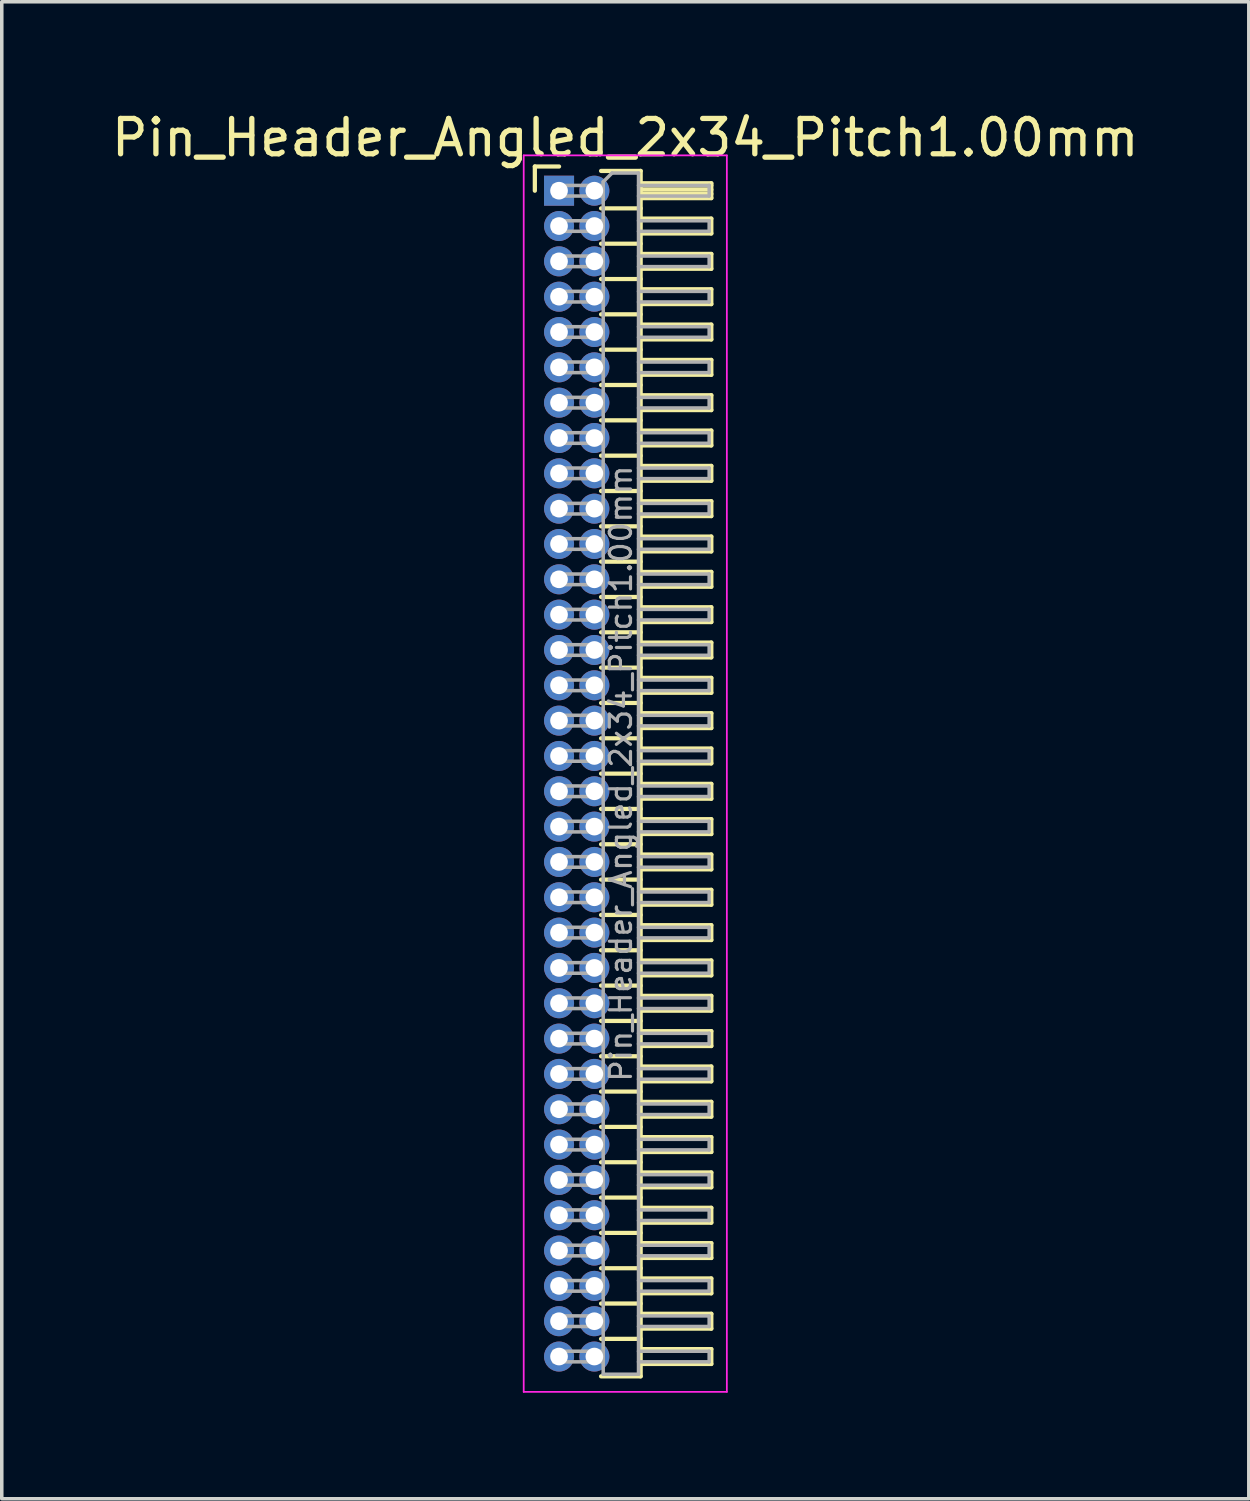
<source format=kicad_pcb>
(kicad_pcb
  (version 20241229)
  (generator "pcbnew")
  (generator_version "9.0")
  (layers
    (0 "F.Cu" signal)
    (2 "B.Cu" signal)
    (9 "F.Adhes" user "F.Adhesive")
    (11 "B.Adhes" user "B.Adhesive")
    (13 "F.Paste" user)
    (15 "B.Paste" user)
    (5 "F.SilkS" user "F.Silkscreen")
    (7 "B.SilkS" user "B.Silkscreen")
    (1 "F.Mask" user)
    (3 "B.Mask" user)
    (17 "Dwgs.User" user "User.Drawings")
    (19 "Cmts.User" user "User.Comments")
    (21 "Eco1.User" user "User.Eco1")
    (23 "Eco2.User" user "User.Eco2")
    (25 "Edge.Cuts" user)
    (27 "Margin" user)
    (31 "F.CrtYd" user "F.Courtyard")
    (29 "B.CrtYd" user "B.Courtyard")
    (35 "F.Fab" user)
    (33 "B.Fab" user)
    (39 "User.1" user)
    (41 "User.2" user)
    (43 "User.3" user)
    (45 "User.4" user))
  (footprint "Pin_Header_Angled_2x34_Pitch1.00mm"
    (layer "F.Cu")
    (at 12.774 2.348)
    (property "Reference" "Pin_Header_Angled_2x34_Pitch1.00mm" (at 1.875 -1.5 0) (layer "F.SilkS") (effects (font (size 1 1) (thickness 0.15))))
    (attr through_hole)
    (fp_line (start -0.685 -0.685) (end 0 -0.685) (stroke (width 0.12) (type solid)) (layer "F.SilkS"))
    (fp_line (start -0.685 0) (end -0.685 -0.685) (stroke (width 0.12) (type solid)) (layer "F.SilkS"))
    (fp_line (start 1.19 -0.56) (end 2.31 -0.56) (stroke (width 0.12) (type solid)) (layer "F.SilkS"))
    (fp_line (start 1.19 0.5) (end 2.31 0.5) (stroke (width 0.12) (type solid)) (layer "F.SilkS"))
    (fp_line (start 1.19 1.5) (end 2.31 1.5) (stroke (width 0.12) (type solid)) (layer "F.SilkS"))
    (fp_line (start 1.19 2.5) (end 2.31 2.5) (stroke (width 0.12) (type solid)) (layer "F.SilkS"))
    (fp_line (start 1.19 3.5) (end 2.31 3.5) (stroke (width 0.12) (type solid)) (layer "F.SilkS"))
    (fp_line (start 1.19 4.5) (end 2.31 4.5) (stroke (width 0.12) (type solid)) (layer "F.SilkS"))
    (fp_line (start 1.19 5.5) (end 2.31 5.5) (stroke (width 0.12) (type solid)) (layer "F.SilkS"))
    (fp_line (start 1.19 6.5) (end 2.31 6.5) (stroke (width 0.12) (type solid)) (layer "F.SilkS"))
    (fp_line (start 1.19 7.5) (end 2.31 7.5) (stroke (width 0.12) (type solid)) (layer "F.SilkS"))
    (fp_line (start 1.19 8.5) (end 2.31 8.5) (stroke (width 0.12) (type solid)) (layer "F.SilkS"))
    (fp_line (start 1.19 9.5) (end 2.31 9.5) (stroke (width 0.12) (type solid)) (layer "F.SilkS"))
    (fp_line (start 1.19 10.5) (end 2.31 10.5) (stroke (width 0.12) (type solid)) (layer "F.SilkS"))
    (fp_line (start 1.19 11.5) (end 2.31 11.5) (stroke (width 0.12) (type solid)) (layer "F.SilkS"))
    (fp_line (start 1.19 12.5) (end 2.31 12.5) (stroke (width 0.12) (type solid)) (layer "F.SilkS"))
    (fp_line (start 1.19 13.5) (end 2.31 13.5) (stroke (width 0.12) (type solid)) (layer "F.SilkS"))
    (fp_line (start 1.19 14.5) (end 2.31 14.5) (stroke (width 0.12) (type solid)) (layer "F.SilkS"))
    (fp_line (start 1.19 15.5) (end 2.31 15.5) (stroke (width 0.12) (type solid)) (layer "F.SilkS"))
    (fp_line (start 1.19 16.5) (end 2.31 16.5) (stroke (width 0.12) (type solid)) (layer "F.SilkS"))
    (fp_line (start 1.19 17.5) (end 2.31 17.5) (stroke (width 0.12) (type solid)) (layer "F.SilkS"))
    (fp_line (start 1.19 18.5) (end 2.31 18.5) (stroke (width 0.12) (type solid)) (layer "F.SilkS"))
    (fp_line (start 1.19 19.5) (end 2.31 19.5) (stroke (width 0.12) (type solid)) (layer "F.SilkS"))
    (fp_line (start 1.19 20.5) (end 2.31 20.5) (stroke (width 0.12) (type solid)) (layer "F.SilkS"))
    (fp_line (start 1.19 21.5) (end 2.31 21.5) (stroke (width 0.12) (type solid)) (layer "F.SilkS"))
    (fp_line (start 1.19 22.5) (end 2.31 22.5) (stroke (width 0.12) (type solid)) (layer "F.SilkS"))
    (fp_line (start 1.19 23.5) (end 2.31 23.5) (stroke (width 0.12) (type solid)) (layer "F.SilkS"))
    (fp_line (start 1.19 24.5) (end 2.31 24.5) (stroke (width 0.12) (type solid)) (layer "F.SilkS"))
    (fp_line (start 1.19 25.5) (end 2.31 25.5) (stroke (width 0.12) (type solid)) (layer "F.SilkS"))
    (fp_line (start 1.19 26.5) (end 2.31 26.5) (stroke (width 0.12) (type solid)) (layer "F.SilkS"))
    (fp_line (start 1.19 27.5) (end 2.31 27.5) (stroke (width 0.12) (type solid)) (layer "F.SilkS"))
    (fp_line (start 1.19 28.5) (end 2.31 28.5) (stroke (width 0.12) (type solid)) (layer "F.SilkS"))
    (fp_line (start 1.19 29.5) (end 2.31 29.5) (stroke (width 0.12) (type solid)) (layer "F.SilkS"))
    (fp_line (start 1.19 30.5) (end 2.31 30.5) (stroke (width 0.12) (type solid)) (layer "F.SilkS"))
    (fp_line (start 1.19 31.5) (end 2.31 31.5) (stroke (width 0.12) (type solid)) (layer "F.SilkS"))
    (fp_line (start 1.19 32.5) (end 2.31 32.5) (stroke (width 0.12) (type solid)) (layer "F.SilkS"))
    (fp_line (start 2.31 -0.56) (end 2.31 33.56) (stroke (width 0.12) (type solid)) (layer "F.SilkS"))
    (fp_line (start 2.31 -0.21) (end 4.31 -0.21) (stroke (width 0.12) (type solid)) (layer "F.SilkS"))
    (fp_line (start 2.31 -0.15) (end 4.31 -0.15) (stroke (width 0.12) (type solid)) (layer "F.SilkS"))
    (fp_line (start 2.31 -0.03) (end 4.31 -0.03) (stroke (width 0.12) (type solid)) (layer "F.SilkS"))
    (fp_line (start 2.31 0.09) (end 4.31 0.09) (stroke (width 0.12) (type solid)) (layer "F.SilkS"))
    (fp_line (start 2.31 0.79) (end 4.31 0.79) (stroke (width 0.12) (type solid)) (layer "F.SilkS"))
    (fp_line (start 2.31 1.79) (end 4.31 1.79) (stroke (width 0.12) (type solid)) (layer "F.SilkS"))
    (fp_line (start 2.31 2.79) (end 4.31 2.79) (stroke (width 0.12) (type solid)) (layer "F.SilkS"))
    (fp_line (start 2.31 3.79) (end 4.31 3.79) (stroke (width 0.12) (type solid)) (layer "F.SilkS"))
    (fp_line (start 2.31 4.79) (end 4.31 4.79) (stroke (width 0.12) (type solid)) (layer "F.SilkS"))
    (fp_line (start 2.31 5.79) (end 4.31 5.79) (stroke (width 0.12) (type solid)) (layer "F.SilkS"))
    (fp_line (start 2.31 6.79) (end 4.31 6.79) (stroke (width 0.12) (type solid)) (layer "F.SilkS"))
    (fp_line (start 2.31 7.79) (end 4.31 7.79) (stroke (width 0.12) (type solid)) (layer "F.SilkS"))
    (fp_line (start 2.31 8.79) (end 4.31 8.79) (stroke (width 0.12) (type solid)) (layer "F.SilkS"))
    (fp_line (start 2.31 9.79) (end 4.31 9.79) (stroke (width 0.12) (type solid)) (layer "F.SilkS"))
    (fp_line (start 2.31 10.79) (end 4.31 10.79) (stroke (width 0.12) (type solid)) (layer "F.SilkS"))
    (fp_line (start 2.31 11.79) (end 4.31 11.79) (stroke (width 0.12) (type solid)) (layer "F.SilkS"))
    (fp_line (start 2.31 12.79) (end 4.31 12.79) (stroke (width 0.12) (type solid)) (layer "F.SilkS"))
    (fp_line (start 2.31 13.79) (end 4.31 13.79) (stroke (width 0.12) (type solid)) (layer "F.SilkS"))
    (fp_line (start 2.31 14.79) (end 4.31 14.79) (stroke (width 0.12) (type solid)) (layer "F.SilkS"))
    (fp_line (start 2.31 15.79) (end 4.31 15.79) (stroke (width 0.12) (type solid)) (layer "F.SilkS"))
    (fp_line (start 2.31 16.79) (end 4.31 16.79) (stroke (width 0.12) (type solid)) (layer "F.SilkS"))
    (fp_line (start 2.31 17.79) (end 4.31 17.79) (stroke (width 0.12) (type solid)) (layer "F.SilkS"))
    (fp_line (start 2.31 18.79) (end 4.31 18.79) (stroke (width 0.12) (type solid)) (layer "F.SilkS"))
    (fp_line (start 2.31 19.79) (end 4.31 19.79) (stroke (width 0.12) (type solid)) (layer "F.SilkS"))
    (fp_line (start 2.31 20.79) (end 4.31 20.79) (stroke (width 0.12) (type solid)) (layer "F.SilkS"))
    (fp_line (start 2.31 21.79) (end 4.31 21.79) (stroke (width 0.12) (type solid)) (layer "F.SilkS"))
    (fp_line (start 2.31 22.79) (end 4.31 22.79) (stroke (width 0.12) (type solid)) (layer "F.SilkS"))
    (fp_line (start 2.31 23.79) (end 4.31 23.79) (stroke (width 0.12) (type solid)) (layer "F.SilkS"))
    (fp_line (start 2.31 24.79) (end 4.31 24.79) (stroke (width 0.12) (type solid)) (layer "F.SilkS"))
    (fp_line (start 2.31 25.79) (end 4.31 25.79) (stroke (width 0.12) (type solid)) (layer "F.SilkS"))
    (fp_line (start 2.31 26.79) (end 4.31 26.79) (stroke (width 0.12) (type solid)) (layer "F.SilkS"))
    (fp_line (start 2.31 27.79) (end 4.31 27.79) (stroke (width 0.12) (type solid)) (layer "F.SilkS"))
    (fp_line (start 2.31 28.79) (end 4.31 28.79) (stroke (width 0.12) (type solid)) (layer "F.SilkS"))
    (fp_line (start 2.31 29.79) (end 4.31 29.79) (stroke (width 0.12) (type solid)) (layer "F.SilkS"))
    (fp_line (start 2.31 30.79) (end 4.31 30.79) (stroke (width 0.12) (type solid)) (layer "F.SilkS"))
    (fp_line (start 2.31 31.79) (end 4.31 31.79) (stroke (width 0.12) (type solid)) (layer "F.SilkS"))
    (fp_line (start 2.31 32.79) (end 4.31 32.79) (stroke (width 0.12) (type solid)) (layer "F.SilkS"))
    (fp_line (start 2.31 33.56) (end 1.19 33.56) (stroke (width 0.12) (type solid)) (layer "F.SilkS"))
    (fp_line (start 4.31 -0.21) (end 4.31 0.21) (stroke (width 0.12) (type solid)) (layer "F.SilkS"))
    (fp_line (start 4.31 0.21) (end 2.31 0.21) (stroke (width 0.12) (type solid)) (layer "F.SilkS"))
    (fp_line (start 4.31 0.79) (end 4.31 1.21) (stroke (width 0.12) (type solid)) (layer "F.SilkS"))
    (fp_line (start 4.31 1.21) (end 2.31 1.21) (stroke (width 0.12) (type solid)) (layer "F.SilkS"))
    (fp_line (start 4.31 1.79) (end 4.31 2.21) (stroke (width 0.12) (type solid)) (layer "F.SilkS"))
    (fp_line (start 4.31 2.21) (end 2.31 2.21) (stroke (width 0.12) (type solid)) (layer "F.SilkS"))
    (fp_line (start 4.31 2.79) (end 4.31 3.21) (stroke (width 0.12) (type solid)) (layer "F.SilkS"))
    (fp_line (start 4.31 3.21) (end 2.31 3.21) (stroke (width 0.12) (type solid)) (layer "F.SilkS"))
    (fp_line (start 4.31 3.79) (end 4.31 4.21) (stroke (width 0.12) (type solid)) (layer "F.SilkS"))
    (fp_line (start 4.31 4.21) (end 2.31 4.21) (stroke (width 0.12) (type solid)) (layer "F.SilkS"))
    (fp_line (start 4.31 4.79) (end 4.31 5.21) (stroke (width 0.12) (type solid)) (layer "F.SilkS"))
    (fp_line (start 4.31 5.21) (end 2.31 5.21) (stroke (width 0.12) (type solid)) (layer "F.SilkS"))
    (fp_line (start 4.31 5.79) (end 4.31 6.21) (stroke (width 0.12) (type solid)) (layer "F.SilkS"))
    (fp_line (start 4.31 6.21) (end 2.31 6.21) (stroke (width 0.12) (type solid)) (layer "F.SilkS"))
    (fp_line (start 4.31 6.79) (end 4.31 7.21) (stroke (width 0.12) (type solid)) (layer "F.SilkS"))
    (fp_line (start 4.31 7.21) (end 2.31 7.21) (stroke (width 0.12) (type solid)) (layer "F.SilkS"))
    (fp_line (start 4.31 7.79) (end 4.31 8.21) (stroke (width 0.12) (type solid)) (layer "F.SilkS"))
    (fp_line (start 4.31 8.21) (end 2.31 8.21) (stroke (width 0.12) (type solid)) (layer "F.SilkS"))
    (fp_line (start 4.31 8.79) (end 4.31 9.21) (stroke (width 0.12) (type solid)) (layer "F.SilkS"))
    (fp_line (start 4.31 9.21) (end 2.31 9.21) (stroke (width 0.12) (type solid)) (layer "F.SilkS"))
    (fp_line (start 4.31 9.79) (end 4.31 10.21) (stroke (width 0.12) (type solid)) (layer "F.SilkS"))
    (fp_line (start 4.31 10.21) (end 2.31 10.21) (stroke (width 0.12) (type solid)) (layer "F.SilkS"))
    (fp_line (start 4.31 10.79) (end 4.31 11.21) (stroke (width 0.12) (type solid)) (layer "F.SilkS"))
    (fp_line (start 4.31 11.21) (end 2.31 11.21) (stroke (width 0.12) (type solid)) (layer "F.SilkS"))
    (fp_line (start 4.31 11.79) (end 4.31 12.21) (stroke (width 0.12) (type solid)) (layer "F.SilkS"))
    (fp_line (start 4.31 12.21) (end 2.31 12.21) (stroke (width 0.12) (type solid)) (layer "F.SilkS"))
    (fp_line (start 4.31 12.79) (end 4.31 13.21) (stroke (width 0.12) (type solid)) (layer "F.SilkS"))
    (fp_line (start 4.31 13.21) (end 2.31 13.21) (stroke (width 0.12) (type solid)) (layer "F.SilkS"))
    (fp_line (start 4.31 13.79) (end 4.31 14.21) (stroke (width 0.12) (type solid)) (layer "F.SilkS"))
    (fp_line (start 4.31 14.21) (end 2.31 14.21) (stroke (width 0.12) (type solid)) (layer "F.SilkS"))
    (fp_line (start 4.31 14.79) (end 4.31 15.21) (stroke (width 0.12) (type solid)) (layer "F.SilkS"))
    (fp_line (start 4.31 15.21) (end 2.31 15.21) (stroke (width 0.12) (type solid)) (layer "F.SilkS"))
    (fp_line (start 4.31 15.79) (end 4.31 16.21) (stroke (width 0.12) (type solid)) (layer "F.SilkS"))
    (fp_line (start 4.31 16.21) (end 2.31 16.21) (stroke (width 0.12) (type solid)) (layer "F.SilkS"))
    (fp_line (start 4.31 16.79) (end 4.31 17.21) (stroke (width 0.12) (type solid)) (layer "F.SilkS"))
    (fp_line (start 4.31 17.21) (end 2.31 17.21) (stroke (width 0.12) (type solid)) (layer "F.SilkS"))
    (fp_line (start 4.31 17.79) (end 4.31 18.21) (stroke (width 0.12) (type solid)) (layer "F.SilkS"))
    (fp_line (start 4.31 18.21) (end 2.31 18.21) (stroke (width 0.12) (type solid)) (layer "F.SilkS"))
    (fp_line (start 4.31 18.79) (end 4.31 19.21) (stroke (width 0.12) (type solid)) (layer "F.SilkS"))
    (fp_line (start 4.31 19.21) (end 2.31 19.21) (stroke (width 0.12) (type solid)) (layer "F.SilkS"))
    (fp_line (start 4.31 19.79) (end 4.31 20.21) (stroke (width 0.12) (type solid)) (layer "F.SilkS"))
    (fp_line (start 4.31 20.21) (end 2.31 20.21) (stroke (width 0.12) (type solid)) (layer "F.SilkS"))
    (fp_line (start 4.31 20.79) (end 4.31 21.21) (stroke (width 0.12) (type solid)) (layer "F.SilkS"))
    (fp_line (start 4.31 21.21) (end 2.31 21.21) (stroke (width 0.12) (type solid)) (layer "F.SilkS"))
    (fp_line (start 4.31 21.79) (end 4.31 22.21) (stroke (width 0.12) (type solid)) (layer "F.SilkS"))
    (fp_line (start 4.31 22.21) (end 2.31 22.21) (stroke (width 0.12) (type solid)) (layer "F.SilkS"))
    (fp_line (start 4.31 22.79) (end 4.31 23.21) (stroke (width 0.12) (type solid)) (layer "F.SilkS"))
    (fp_line (start 4.31 23.21) (end 2.31 23.21) (stroke (width 0.12) (type solid)) (layer "F.SilkS"))
    (fp_line (start 4.31 23.79) (end 4.31 24.21) (stroke (width 0.12) (type solid)) (layer "F.SilkS"))
    (fp_line (start 4.31 24.21) (end 2.31 24.21) (stroke (width 0.12) (type solid)) (layer "F.SilkS"))
    (fp_line (start 4.31 24.79) (end 4.31 25.21) (stroke (width 0.12) (type solid)) (layer "F.SilkS"))
    (fp_line (start 4.31 25.21) (end 2.31 25.21) (stroke (width 0.12) (type solid)) (layer "F.SilkS"))
    (fp_line (start 4.31 25.79) (end 4.31 26.21) (stroke (width 0.12) (type solid)) (layer "F.SilkS"))
    (fp_line (start 4.31 26.21) (end 2.31 26.21) (stroke (width 0.12) (type solid)) (layer "F.SilkS"))
    (fp_line (start 4.31 26.79) (end 4.31 27.21) (stroke (width 0.12) (type solid)) (layer "F.SilkS"))
    (fp_line (start 4.31 27.21) (end 2.31 27.21) (stroke (width 0.12) (type solid)) (layer "F.SilkS"))
    (fp_line (start 4.31 27.79) (end 4.31 28.21) (stroke (width 0.12) (type solid)) (layer "F.SilkS"))
    (fp_line (start 4.31 28.21) (end 2.31 28.21) (stroke (width 0.12) (type solid)) (layer "F.SilkS"))
    (fp_line (start 4.31 28.79) (end 4.31 29.21) (stroke (width 0.12) (type solid)) (layer "F.SilkS"))
    (fp_line (start 4.31 29.21) (end 2.31 29.21) (stroke (width 0.12) (type solid)) (layer "F.SilkS"))
    (fp_line (start 4.31 29.79) (end 4.31 30.21) (stroke (width 0.12) (type solid)) (layer "F.SilkS"))
    (fp_line (start 4.31 30.21) (end 2.31 30.21) (stroke (width 0.12) (type solid)) (layer "F.SilkS"))
    (fp_line (start 4.31 30.79) (end 4.31 31.21) (stroke (width 0.12) (type solid)) (layer "F.SilkS"))
    (fp_line (start 4.31 31.21) (end 2.31 31.21) (stroke (width 0.12) (type solid)) (layer "F.SilkS"))
    (fp_line (start 4.31 31.79) (end 4.31 32.21) (stroke (width 0.12) (type solid)) (layer "F.SilkS"))
    (fp_line (start 4.31 32.21) (end 2.31 32.21) (stroke (width 0.12) (type solid)) (layer "F.SilkS"))
    (fp_line (start 4.31 32.79) (end 4.31 33.21) (stroke (width 0.12) (type solid)) (layer "F.SilkS"))
    (fp_line (start 4.31 33.21) (end 2.31 33.21) (stroke (width 0.12) (type solid)) (layer "F.SilkS"))
    (fp_line (start -1 -1) (end -1 34) (stroke (width 0.05) (type solid)) (layer "F.CrtYd"))
    (fp_line (start -1 34) (end 4.75 34) (stroke (width 0.05) (type solid)) (layer "F.CrtYd"))
    (fp_line (start 4.75 -1) (end -1 -1) (stroke (width 0.05) (type solid)) (layer "F.CrtYd"))
    (fp_line (start 4.75 34) (end 4.75 -1) (stroke (width 0.05) (type solid)) (layer "F.CrtYd"))
    (fp_line (start -0.15 -0.15) (end -0.15 0.15) (stroke (width 0.1) (type solid)) (layer "F.Fab"))
    (fp_line (start -0.15 -0.15) (end 1.25 -0.15) (stroke (width 0.1) (type solid)) (layer "F.Fab"))
    (fp_line (start -0.15 0.15) (end 1.25 0.15) (stroke (width 0.1) (type solid)) (layer "F.Fab"))
    (fp_line (start -0.15 0.85) (end -0.15 1.15) (stroke (width 0.1) (type solid)) (layer "F.Fab"))
    (fp_line (start -0.15 0.85) (end 1.25 0.85) (stroke (width 0.1) (type solid)) (layer "F.Fab"))
    (fp_line (start -0.15 1.15) (end 1.25 1.15) (stroke (width 0.1) (type solid)) (layer "F.Fab"))
    (fp_line (start -0.15 1.85) (end -0.15 2.15) (stroke (width 0.1) (type solid)) (layer "F.Fab"))
    (fp_line (start -0.15 1.85) (end 1.25 1.85) (stroke (width 0.1) (type solid)) (layer "F.Fab"))
    (fp_line (start -0.15 2.15) (end 1.25 2.15) (stroke (width 0.1) (type solid)) (layer "F.Fab"))
    (fp_line (start -0.15 2.85) (end -0.15 3.15) (stroke (width 0.1) (type solid)) (layer "F.Fab"))
    (fp_line (start -0.15 2.85) (end 1.25 2.85) (stroke (width 0.1) (type solid)) (layer "F.Fab"))
    (fp_line (start -0.15 3.15) (end 1.25 3.15) (stroke (width 0.1) (type solid)) (layer "F.Fab"))
    (fp_line (start -0.15 3.85) (end -0.15 4.15) (stroke (width 0.1) (type solid)) (layer "F.Fab"))
    (fp_line (start -0.15 3.85) (end 1.25 3.85) (stroke (width 0.1) (type solid)) (layer "F.Fab"))
    (fp_line (start -0.15 4.15) (end 1.25 4.15) (stroke (width 0.1) (type solid)) (layer "F.Fab"))
    (fp_line (start -0.15 4.85) (end -0.15 5.15) (stroke (width 0.1) (type solid)) (layer "F.Fab"))
    (fp_line (start -0.15 4.85) (end 1.25 4.85) (stroke (width 0.1) (type solid)) (layer "F.Fab"))
    (fp_line (start -0.15 5.15) (end 1.25 5.15) (stroke (width 0.1) (type solid)) (layer "F.Fab"))
    (fp_line (start -0.15 5.85) (end -0.15 6.15) (stroke (width 0.1) (type solid)) (layer "F.Fab"))
    (fp_line (start -0.15 5.85) (end 1.25 5.85) (stroke (width 0.1) (type solid)) (layer "F.Fab"))
    (fp_line (start -0.15 6.15) (end 1.25 6.15) (stroke (width 0.1) (type solid)) (layer "F.Fab"))
    (fp_line (start -0.15 6.85) (end -0.15 7.15) (stroke (width 0.1) (type solid)) (layer "F.Fab"))
    (fp_line (start -0.15 6.85) (end 1.25 6.85) (stroke (width 0.1) (type solid)) (layer "F.Fab"))
    (fp_line (start -0.15 7.15) (end 1.25 7.15) (stroke (width 0.1) (type solid)) (layer "F.Fab"))
    (fp_line (start -0.15 7.85) (end -0.15 8.15) (stroke (width 0.1) (type solid)) (layer "F.Fab"))
    (fp_line (start -0.15 7.85) (end 1.25 7.85) (stroke (width 0.1) (type solid)) (layer "F.Fab"))
    (fp_line (start -0.15 8.15) (end 1.25 8.15) (stroke (width 0.1) (type solid)) (layer "F.Fab"))
    (fp_line (start -0.15 8.85) (end -0.15 9.15) (stroke (width 0.1) (type solid)) (layer "F.Fab"))
    (fp_line (start -0.15 8.85) (end 1.25 8.85) (stroke (width 0.1) (type solid)) (layer "F.Fab"))
    (fp_line (start -0.15 9.15) (end 1.25 9.15) (stroke (width 0.1) (type solid)) (layer "F.Fab"))
    (fp_line (start -0.15 9.85) (end -0.15 10.15) (stroke (width 0.1) (type solid)) (layer "F.Fab"))
    (fp_line (start -0.15 9.85) (end 1.25 9.85) (stroke (width 0.1) (type solid)) (layer "F.Fab"))
    (fp_line (start -0.15 10.15) (end 1.25 10.15) (stroke (width 0.1) (type solid)) (layer "F.Fab"))
    (fp_line (start -0.15 10.85) (end -0.15 11.15) (stroke (width 0.1) (type solid)) (layer "F.Fab"))
    (fp_line (start -0.15 10.85) (end 1.25 10.85) (stroke (width 0.1) (type solid)) (layer "F.Fab"))
    (fp_line (start -0.15 11.15) (end 1.25 11.15) (stroke (width 0.1) (type solid)) (layer "F.Fab"))
    (fp_line (start -0.15 11.85) (end -0.15 12.15) (stroke (width 0.1) (type solid)) (layer "F.Fab"))
    (fp_line (start -0.15 11.85) (end 1.25 11.85) (stroke (width 0.1) (type solid)) (layer "F.Fab"))
    (fp_line (start -0.15 12.15) (end 1.25 12.15) (stroke (width 0.1) (type solid)) (layer "F.Fab"))
    (fp_line (start -0.15 12.85) (end -0.15 13.15) (stroke (width 0.1) (type solid)) (layer "F.Fab"))
    (fp_line (start -0.15 12.85) (end 1.25 12.85) (stroke (width 0.1) (type solid)) (layer "F.Fab"))
    (fp_line (start -0.15 13.15) (end 1.25 13.15) (stroke (width 0.1) (type solid)) (layer "F.Fab"))
    (fp_line (start -0.15 13.85) (end -0.15 14.15) (stroke (width 0.1) (type solid)) (layer "F.Fab"))
    (fp_line (start -0.15 13.85) (end 1.25 13.85) (stroke (width 0.1) (type solid)) (layer "F.Fab"))
    (fp_line (start -0.15 14.15) (end 1.25 14.15) (stroke (width 0.1) (type solid)) (layer "F.Fab"))
    (fp_line (start -0.15 14.85) (end -0.15 15.15) (stroke (width 0.1) (type solid)) (layer "F.Fab"))
    (fp_line (start -0.15 14.85) (end 1.25 14.85) (stroke (width 0.1) (type solid)) (layer "F.Fab"))
    (fp_line (start -0.15 15.15) (end 1.25 15.15) (stroke (width 0.1) (type solid)) (layer "F.Fab"))
    (fp_line (start -0.15 15.85) (end -0.15 16.15) (stroke (width 0.1) (type solid)) (layer "F.Fab"))
    (fp_line (start -0.15 15.85) (end 1.25 15.85) (stroke (width 0.1) (type solid)) (layer "F.Fab"))
    (fp_line (start -0.15 16.15) (end 1.25 16.15) (stroke (width 0.1) (type solid)) (layer "F.Fab"))
    (fp_line (start -0.15 16.85) (end -0.15 17.15) (stroke (width 0.1) (type solid)) (layer "F.Fab"))
    (fp_line (start -0.15 16.85) (end 1.25 16.85) (stroke (width 0.1) (type solid)) (layer "F.Fab"))
    (fp_line (start -0.15 17.15) (end 1.25 17.15) (stroke (width 0.1) (type solid)) (layer "F.Fab"))
    (fp_line (start -0.15 17.85) (end -0.15 18.15) (stroke (width 0.1) (type solid)) (layer "F.Fab"))
    (fp_line (start -0.15 17.85) (end 1.25 17.85) (stroke (width 0.1) (type solid)) (layer "F.Fab"))
    (fp_line (start -0.15 18.15) (end 1.25 18.15) (stroke (width 0.1) (type solid)) (layer "F.Fab"))
    (fp_line (start -0.15 18.85) (end -0.15 19.15) (stroke (width 0.1) (type solid)) (layer "F.Fab"))
    (fp_line (start -0.15 18.85) (end 1.25 18.85) (stroke (width 0.1) (type solid)) (layer "F.Fab"))
    (fp_line (start -0.15 19.15) (end 1.25 19.15) (stroke (width 0.1) (type solid)) (layer "F.Fab"))
    (fp_line (start -0.15 19.85) (end -0.15 20.15) (stroke (width 0.1) (type solid)) (layer "F.Fab"))
    (fp_line (start -0.15 19.85) (end 1.25 19.85) (stroke (width 0.1) (type solid)) (layer "F.Fab"))
    (fp_line (start -0.15 20.15) (end 1.25 20.15) (stroke (width 0.1) (type solid)) (layer "F.Fab"))
    (fp_line (start -0.15 20.85) (end -0.15 21.15) (stroke (width 0.1) (type solid)) (layer "F.Fab"))
    (fp_line (start -0.15 20.85) (end 1.25 20.85) (stroke (width 0.1) (type solid)) (layer "F.Fab"))
    (fp_line (start -0.15 21.15) (end 1.25 21.15) (stroke (width 0.1) (type solid)) (layer "F.Fab"))
    (fp_line (start -0.15 21.85) (end -0.15 22.15) (stroke (width 0.1) (type solid)) (layer "F.Fab"))
    (fp_line (start -0.15 21.85) (end 1.25 21.85) (stroke (width 0.1) (type solid)) (layer "F.Fab"))
    (fp_line (start -0.15 22.15) (end 1.25 22.15) (stroke (width 0.1) (type solid)) (layer "F.Fab"))
    (fp_line (start -0.15 22.85) (end -0.15 23.15) (stroke (width 0.1) (type solid)) (layer "F.Fab"))
    (fp_line (start -0.15 22.85) (end 1.25 22.85) (stroke (width 0.1) (type solid)) (layer "F.Fab"))
    (fp_line (start -0.15 23.15) (end 1.25 23.15) (stroke (width 0.1) (type solid)) (layer "F.Fab"))
    (fp_line (start -0.15 23.85) (end -0.15 24.15) (stroke (width 0.1) (type solid)) (layer "F.Fab"))
    (fp_line (start -0.15 23.85) (end 1.25 23.85) (stroke (width 0.1) (type solid)) (layer "F.Fab"))
    (fp_line (start -0.15 24.15) (end 1.25 24.15) (stroke (width 0.1) (type solid)) (layer "F.Fab"))
    (fp_line (start -0.15 24.85) (end -0.15 25.15) (stroke (width 0.1) (type solid)) (layer "F.Fab"))
    (fp_line (start -0.15 24.85) (end 1.25 24.85) (stroke (width 0.1) (type solid)) (layer "F.Fab"))
    (fp_line (start -0.15 25.15) (end 1.25 25.15) (stroke (width 0.1) (type solid)) (layer "F.Fab"))
    (fp_line (start -0.15 25.85) (end -0.15 26.15) (stroke (width 0.1) (type solid)) (layer "F.Fab"))
    (fp_line (start -0.15 25.85) (end 1.25 25.85) (stroke (width 0.1) (type solid)) (layer "F.Fab"))
    (fp_line (start -0.15 26.15) (end 1.25 26.15) (stroke (width 0.1) (type solid)) (layer "F.Fab"))
    (fp_line (start -0.15 26.85) (end -0.15 27.15) (stroke (width 0.1) (type solid)) (layer "F.Fab"))
    (fp_line (start -0.15 26.85) (end 1.25 26.85) (stroke (width 0.1) (type solid)) (layer "F.Fab"))
    (fp_line (start -0.15 27.15) (end 1.25 27.15) (stroke (width 0.1) (type solid)) (layer "F.Fab"))
    (fp_line (start -0.15 27.85) (end -0.15 28.15) (stroke (width 0.1) (type solid)) (layer "F.Fab"))
    (fp_line (start -0.15 27.85) (end 1.25 27.85) (stroke (width 0.1) (type solid)) (layer "F.Fab"))
    (fp_line (start -0.15 28.15) (end 1.25 28.15) (stroke (width 0.1) (type solid)) (layer "F.Fab"))
    (fp_line (start -0.15 28.85) (end -0.15 29.15) (stroke (width 0.1) (type solid)) (layer "F.Fab"))
    (fp_line (start -0.15 28.85) (end 1.25 28.85) (stroke (width 0.1) (type solid)) (layer "F.Fab"))
    (fp_line (start -0.15 29.15) (end 1.25 29.15) (stroke (width 0.1) (type solid)) (layer "F.Fab"))
    (fp_line (start -0.15 29.85) (end -0.15 30.15) (stroke (width 0.1) (type solid)) (layer "F.Fab"))
    (fp_line (start -0.15 29.85) (end 1.25 29.85) (stroke (width 0.1) (type solid)) (layer "F.Fab"))
    (fp_line (start -0.15 30.15) (end 1.25 30.15) (stroke (width 0.1) (type solid)) (layer "F.Fab"))
    (fp_line (start -0.15 30.85) (end -0.15 31.15) (stroke (width 0.1) (type solid)) (layer "F.Fab"))
    (fp_line (start -0.15 30.85) (end 1.25 30.85) (stroke (width 0.1) (type solid)) (layer "F.Fab"))
    (fp_line (start -0.15 31.15) (end 1.25 31.15) (stroke (width 0.1) (type solid)) (layer "F.Fab"))
    (fp_line (start -0.15 31.85) (end -0.15 32.15) (stroke (width 0.1) (type solid)) (layer "F.Fab"))
    (fp_line (start -0.15 31.85) (end 1.25 31.85) (stroke (width 0.1) (type solid)) (layer "F.Fab"))
    (fp_line (start -0.15 32.15) (end 1.25 32.15) (stroke (width 0.1) (type solid)) (layer "F.Fab"))
    (fp_line (start -0.15 32.85) (end -0.15 33.15) (stroke (width 0.1) (type solid)) (layer "F.Fab"))
    (fp_line (start -0.15 32.85) (end 1.25 32.85) (stroke (width 0.1) (type solid)) (layer "F.Fab"))
    (fp_line (start -0.15 33.15) (end 1.25 33.15) (stroke (width 0.1) (type solid)) (layer "F.Fab"))
    (fp_line (start 1.25 -0.25) (end 1.5 -0.5) (stroke (width 0.1) (type solid)) (layer "F.Fab"))
    (fp_line (start 1.25 33.5) (end 1.25 -0.25) (stroke (width 0.1) (type solid)) (layer "F.Fab"))
    (fp_line (start 1.5 -0.5) (end 2.25 -0.5) (stroke (width 0.1) (type solid)) (layer "F.Fab"))
    (fp_line (start 2.25 -0.5) (end 2.25 33.5) (stroke (width 0.1) (type solid)) (layer "F.Fab"))
    (fp_line (start 2.25 -0.15) (end 4.25 -0.15) (stroke (width 0.1) (type solid)) (layer "F.Fab"))
    (fp_line (start 2.25 0.15) (end 4.25 0.15) (stroke (width 0.1) (type solid)) (layer "F.Fab"))
    (fp_line (start 2.25 0.85) (end 4.25 0.85) (stroke (width 0.1) (type solid)) (layer "F.Fab"))
    (fp_line (start 2.25 1.15) (end 4.25 1.15) (stroke (width 0.1) (type solid)) (layer "F.Fab"))
    (fp_line (start 2.25 1.85) (end 4.25 1.85) (stroke (width 0.1) (type solid)) (layer "F.Fab"))
    (fp_line (start 2.25 2.15) (end 4.25 2.15) (stroke (width 0.1) (type solid)) (layer "F.Fab"))
    (fp_line (start 2.25 2.85) (end 4.25 2.85) (stroke (width 0.1) (type solid)) (layer "F.Fab"))
    (fp_line (start 2.25 3.15) (end 4.25 3.15) (stroke (width 0.1) (type solid)) (layer "F.Fab"))
    (fp_line (start 2.25 3.85) (end 4.25 3.85) (stroke (width 0.1) (type solid)) (layer "F.Fab"))
    (fp_line (start 2.25 4.15) (end 4.25 4.15) (stroke (width 0.1) (type solid)) (layer "F.Fab"))
    (fp_line (start 2.25 4.85) (end 4.25 4.85) (stroke (width 0.1) (type solid)) (layer "F.Fab"))
    (fp_line (start 2.25 5.15) (end 4.25 5.15) (stroke (width 0.1) (type solid)) (layer "F.Fab"))
    (fp_line (start 2.25 5.85) (end 4.25 5.85) (stroke (width 0.1) (type solid)) (layer "F.Fab"))
    (fp_line (start 2.25 6.15) (end 4.25 6.15) (stroke (width 0.1) (type solid)) (layer "F.Fab"))
    (fp_line (start 2.25 6.85) (end 4.25 6.85) (stroke (width 0.1) (type solid)) (layer "F.Fab"))
    (fp_line (start 2.25 7.15) (end 4.25 7.15) (stroke (width 0.1) (type solid)) (layer "F.Fab"))
    (fp_line (start 2.25 7.85) (end 4.25 7.85) (stroke (width 0.1) (type solid)) (layer "F.Fab"))
    (fp_line (start 2.25 8.15) (end 4.25 8.15) (stroke (width 0.1) (type solid)) (layer "F.Fab"))
    (fp_line (start 2.25 8.85) (end 4.25 8.85) (stroke (width 0.1) (type solid)) (layer "F.Fab"))
    (fp_line (start 2.25 9.15) (end 4.25 9.15) (stroke (width 0.1) (type solid)) (layer "F.Fab"))
    (fp_line (start 2.25 9.85) (end 4.25 9.85) (stroke (width 0.1) (type solid)) (layer "F.Fab"))
    (fp_line (start 2.25 10.15) (end 4.25 10.15) (stroke (width 0.1) (type solid)) (layer "F.Fab"))
    (fp_line (start 2.25 10.85) (end 4.25 10.85) (stroke (width 0.1) (type solid)) (layer "F.Fab"))
    (fp_line (start 2.25 11.15) (end 4.25 11.15) (stroke (width 0.1) (type solid)) (layer "F.Fab"))
    (fp_line (start 2.25 11.85) (end 4.25 11.85) (stroke (width 0.1) (type solid)) (layer "F.Fab"))
    (fp_line (start 2.25 12.15) (end 4.25 12.15) (stroke (width 0.1) (type solid)) (layer "F.Fab"))
    (fp_line (start 2.25 12.85) (end 4.25 12.85) (stroke (width 0.1) (type solid)) (layer "F.Fab"))
    (fp_line (start 2.25 13.15) (end 4.25 13.15) (stroke (width 0.1) (type solid)) (layer "F.Fab"))
    (fp_line (start 2.25 13.85) (end 4.25 13.85) (stroke (width 0.1) (type solid)) (layer "F.Fab"))
    (fp_line (start 2.25 14.15) (end 4.25 14.15) (stroke (width 0.1) (type solid)) (layer "F.Fab"))
    (fp_line (start 2.25 14.85) (end 4.25 14.85) (stroke (width 0.1) (type solid)) (layer "F.Fab"))
    (fp_line (start 2.25 15.15) (end 4.25 15.15) (stroke (width 0.1) (type solid)) (layer "F.Fab"))
    (fp_line (start 2.25 15.85) (end 4.25 15.85) (stroke (width 0.1) (type solid)) (layer "F.Fab"))
    (fp_line (start 2.25 16.15) (end 4.25 16.15) (stroke (width 0.1) (type solid)) (layer "F.Fab"))
    (fp_line (start 2.25 16.85) (end 4.25 16.85) (stroke (width 0.1) (type solid)) (layer "F.Fab"))
    (fp_line (start 2.25 17.15) (end 4.25 17.15) (stroke (width 0.1) (type solid)) (layer "F.Fab"))
    (fp_line (start 2.25 17.85) (end 4.25 17.85) (stroke (width 0.1) (type solid)) (layer "F.Fab"))
    (fp_line (start 2.25 18.15) (end 4.25 18.15) (stroke (width 0.1) (type solid)) (layer "F.Fab"))
    (fp_line (start 2.25 18.85) (end 4.25 18.85) (stroke (width 0.1) (type solid)) (layer "F.Fab"))
    (fp_line (start 2.25 19.15) (end 4.25 19.15) (stroke (width 0.1) (type solid)) (layer "F.Fab"))
    (fp_line (start 2.25 19.85) (end 4.25 19.85) (stroke (width 0.1) (type solid)) (layer "F.Fab"))
    (fp_line (start 2.25 20.15) (end 4.25 20.15) (stroke (width 0.1) (type solid)) (layer "F.Fab"))
    (fp_line (start 2.25 20.85) (end 4.25 20.85) (stroke (width 0.1) (type solid)) (layer "F.Fab"))
    (fp_line (start 2.25 21.15) (end 4.25 21.15) (stroke (width 0.1) (type solid)) (layer "F.Fab"))
    (fp_line (start 2.25 21.85) (end 4.25 21.85) (stroke (width 0.1) (type solid)) (layer "F.Fab"))
    (fp_line (start 2.25 22.15) (end 4.25 22.15) (stroke (width 0.1) (type solid)) (layer "F.Fab"))
    (fp_line (start 2.25 22.85) (end 4.25 22.85) (stroke (width 0.1) (type solid)) (layer "F.Fab"))
    (fp_line (start 2.25 23.15) (end 4.25 23.15) (stroke (width 0.1) (type solid)) (layer "F.Fab"))
    (fp_line (start 2.25 23.85) (end 4.25 23.85) (stroke (width 0.1) (type solid)) (layer "F.Fab"))
    (fp_line (start 2.25 24.15) (end 4.25 24.15) (stroke (width 0.1) (type solid)) (layer "F.Fab"))
    (fp_line (start 2.25 24.85) (end 4.25 24.85) (stroke (width 0.1) (type solid)) (layer "F.Fab"))
    (fp_line (start 2.25 25.15) (end 4.25 25.15) (stroke (width 0.1) (type solid)) (layer "F.Fab"))
    (fp_line (start 2.25 25.85) (end 4.25 25.85) (stroke (width 0.1) (type solid)) (layer "F.Fab"))
    (fp_line (start 2.25 26.15) (end 4.25 26.15) (stroke (width 0.1) (type solid)) (layer "F.Fab"))
    (fp_line (start 2.25 26.85) (end 4.25 26.85) (stroke (width 0.1) (type solid)) (layer "F.Fab"))
    (fp_line (start 2.25 27.15) (end 4.25 27.15) (stroke (width 0.1) (type solid)) (layer "F.Fab"))
    (fp_line (start 2.25 27.85) (end 4.25 27.85) (stroke (width 0.1) (type solid)) (layer "F.Fab"))
    (fp_line (start 2.25 28.15) (end 4.25 28.15) (stroke (width 0.1) (type solid)) (layer "F.Fab"))
    (fp_line (start 2.25 28.85) (end 4.25 28.85) (stroke (width 0.1) (type solid)) (layer "F.Fab"))
    (fp_line (start 2.25 29.15) (end 4.25 29.15) (stroke (width 0.1) (type solid)) (layer "F.Fab"))
    (fp_line (start 2.25 29.85) (end 4.25 29.85) (stroke (width 0.1) (type solid)) (layer "F.Fab"))
    (fp_line (start 2.25 30.15) (end 4.25 30.15) (stroke (width 0.1) (type solid)) (layer "F.Fab"))
    (fp_line (start 2.25 30.85) (end 4.25 30.85) (stroke (width 0.1) (type solid)) (layer "F.Fab"))
    (fp_line (start 2.25 31.15) (end 4.25 31.15) (stroke (width 0.1) (type solid)) (layer "F.Fab"))
    (fp_line (start 2.25 31.85) (end 4.25 31.85) (stroke (width 0.1) (type solid)) (layer "F.Fab"))
    (fp_line (start 2.25 32.15) (end 4.25 32.15) (stroke (width 0.1) (type solid)) (layer "F.Fab"))
    (fp_line (start 2.25 32.85) (end 4.25 32.85) (stroke (width 0.1) (type solid)) (layer "F.Fab"))
    (fp_line (start 2.25 33.15) (end 4.25 33.15) (stroke (width 0.1) (type solid)) (layer "F.Fab"))
    (fp_line (start 2.25 33.5) (end 1.25 33.5) (stroke (width 0.1) (type solid)) (layer "F.Fab"))
    (fp_line (start 4.25 -0.15) (end 4.25 0.15) (stroke (width 0.1) (type solid)) (layer "F.Fab"))
    (fp_line (start 4.25 0.85) (end 4.25 1.15) (stroke (width 0.1) (type solid)) (layer "F.Fab"))
    (fp_line (start 4.25 1.85) (end 4.25 2.15) (stroke (width 0.1) (type solid)) (layer "F.Fab"))
    (fp_line (start 4.25 2.85) (end 4.25 3.15) (stroke (width 0.1) (type solid)) (layer "F.Fab"))
    (fp_line (start 4.25 3.85) (end 4.25 4.15) (stroke (width 0.1) (type solid)) (layer "F.Fab"))
    (fp_line (start 4.25 4.85) (end 4.25 5.15) (stroke (width 0.1) (type solid)) (layer "F.Fab"))
    (fp_line (start 4.25 5.85) (end 4.25 6.15) (stroke (width 0.1) (type solid)) (layer "F.Fab"))
    (fp_line (start 4.25 6.85) (end 4.25 7.15) (stroke (width 0.1) (type solid)) (layer "F.Fab"))
    (fp_line (start 4.25 7.85) (end 4.25 8.15) (stroke (width 0.1) (type solid)) (layer "F.Fab"))
    (fp_line (start 4.25 8.85) (end 4.25 9.15) (stroke (width 0.1) (type solid)) (layer "F.Fab"))
    (fp_line (start 4.25 9.85) (end 4.25 10.15) (stroke (width 0.1) (type solid)) (layer "F.Fab"))
    (fp_line (start 4.25 10.85) (end 4.25 11.15) (stroke (width 0.1) (type solid)) (layer "F.Fab"))
    (fp_line (start 4.25 11.85) (end 4.25 12.15) (stroke (width 0.1) (type solid)) (layer "F.Fab"))
    (fp_line (start 4.25 12.85) (end 4.25 13.15) (stroke (width 0.1) (type solid)) (layer "F.Fab"))
    (fp_line (start 4.25 13.85) (end 4.25 14.15) (stroke (width 0.1) (type solid)) (layer "F.Fab"))
    (fp_line (start 4.25 14.85) (end 4.25 15.15) (stroke (width 0.1) (type solid)) (layer "F.Fab"))
    (fp_line (start 4.25 15.85) (end 4.25 16.15) (stroke (width 0.1) (type solid)) (layer "F.Fab"))
    (fp_line (start 4.25 16.85) (end 4.25 17.15) (stroke (width 0.1) (type solid)) (layer "F.Fab"))
    (fp_line (start 4.25 17.85) (end 4.25 18.15) (stroke (width 0.1) (type solid)) (layer "F.Fab"))
    (fp_line (start 4.25 18.85) (end 4.25 19.15) (stroke (width 0.1) (type solid)) (layer "F.Fab"))
    (fp_line (start 4.25 19.85) (end 4.25 20.15) (stroke (width 0.1) (type solid)) (layer "F.Fab"))
    (fp_line (start 4.25 20.85) (end 4.25 21.15) (stroke (width 0.1) (type solid)) (layer "F.Fab"))
    (fp_line (start 4.25 21.85) (end 4.25 22.15) (stroke (width 0.1) (type solid)) (layer "F.Fab"))
    (fp_line (start 4.25 22.85) (end 4.25 23.15) (stroke (width 0.1) (type solid)) (layer "F.Fab"))
    (fp_line (start 4.25 23.85) (end 4.25 24.15) (stroke (width 0.1) (type solid)) (layer "F.Fab"))
    (fp_line (start 4.25 24.85) (end 4.25 25.15) (stroke (width 0.1) (type solid)) (layer "F.Fab"))
    (fp_line (start 4.25 25.85) (end 4.25 26.15) (stroke (width 0.1) (type solid)) (layer "F.Fab"))
    (fp_line (start 4.25 26.85) (end 4.25 27.15) (stroke (width 0.1) (type solid)) (layer "F.Fab"))
    (fp_line (start 4.25 27.85) (end 4.25 28.15) (stroke (width 0.1) (type solid)) (layer "F.Fab"))
    (fp_line (start 4.25 28.85) (end 4.25 29.15) (stroke (width 0.1) (type solid)) (layer "F.Fab"))
    (fp_line (start 4.25 29.85) (end 4.25 30.15) (stroke (width 0.1) (type solid)) (layer "F.Fab"))
    (fp_line (start 4.25 30.85) (end 4.25 31.15) (stroke (width 0.1) (type solid)) (layer "F.Fab"))
    (fp_line (start 4.25 31.85) (end 4.25 32.15) (stroke (width 0.1) (type solid)) (layer "F.Fab"))
    (fp_line (start 4.25 32.85) (end 4.25 33.15) (stroke (width 0.1) (type solid)) (layer "F.Fab"))
    (fp_text user "${REFERENCE}" (at 1.75 16.5 90) (layer "F.Fab") (effects (font (size 0.6 0.6) (thickness 0.09))))
    (pad "1" thru_hole rect (at 0 0) (size 0.85 0.85) (drill 0.5) (layers "*.Cu" "*.Mask"))
    (pad "2" thru_hole oval (at 1 0) (size 0.85 0.85) (drill 0.5) (layers "*.Cu" "*.Mask"))
    (pad "3" thru_hole oval (at 0 1) (size 0.85 0.85) (drill 0.5) (layers "*.Cu" "*.Mask"))
    (pad "4" thru_hole oval (at 1 1) (size 0.85 0.85) (drill 0.5) (layers "*.Cu" "*.Mask"))
    (pad "5" thru_hole oval (at 0 2) (size 0.85 0.85) (drill 0.5) (layers "*.Cu" "*.Mask"))
    (pad "6" thru_hole oval (at 1 2) (size 0.85 0.85) (drill 0.5) (layers "*.Cu" "*.Mask"))
    (pad "7" thru_hole oval (at 0 3) (size 0.85 0.85) (drill 0.5) (layers "*.Cu" "*.Mask"))
    (pad "8" thru_hole oval (at 1 3) (size 0.85 0.85) (drill 0.5) (layers "*.Cu" "*.Mask"))
    (pad "9" thru_hole oval (at 0 4) (size 0.85 0.85) (drill 0.5) (layers "*.Cu" "*.Mask"))
    (pad "10" thru_hole oval (at 1 4) (size 0.85 0.85) (drill 0.5) (layers "*.Cu" "*.Mask"))
    (pad "11" thru_hole oval (at 0 5) (size 0.85 0.85) (drill 0.5) (layers "*.Cu" "*.Mask"))
    (pad "12" thru_hole oval (at 1 5) (size 0.85 0.85) (drill 0.5) (layers "*.Cu" "*.Mask"))
    (pad "13" thru_hole oval (at 0 6) (size 0.85 0.85) (drill 0.5) (layers "*.Cu" "*.Mask"))
    (pad "14" thru_hole oval (at 1 6) (size 0.85 0.85) (drill 0.5) (layers "*.Cu" "*.Mask"))
    (pad "15" thru_hole oval (at 0 7) (size 0.85 0.85) (drill 0.5) (layers "*.Cu" "*.Mask"))
    (pad "16" thru_hole oval (at 1 7) (size 0.85 0.85) (drill 0.5) (layers "*.Cu" "*.Mask"))
    (pad "17" thru_hole oval (at 0 8) (size 0.85 0.85) (drill 0.5) (layers "*.Cu" "*.Mask"))
    (pad "18" thru_hole oval (at 1 8) (size 0.85 0.85) (drill 0.5) (layers "*.Cu" "*.Mask"))
    (pad "19" thru_hole oval (at 0 9) (size 0.85 0.85) (drill 0.5) (layers "*.Cu" "*.Mask"))
    (pad "20" thru_hole oval (at 1 9) (size 0.85 0.85) (drill 0.5) (layers "*.Cu" "*.Mask"))
    (pad "21" thru_hole oval (at 0 10) (size 0.85 0.85) (drill 0.5) (layers "*.Cu" "*.Mask"))
    (pad "22" thru_hole oval (at 1 10) (size 0.85 0.85) (drill 0.5) (layers "*.Cu" "*.Mask"))
    (pad "23" thru_hole oval (at 0 11) (size 0.85 0.85) (drill 0.5) (layers "*.Cu" "*.Mask"))
    (pad "24" thru_hole oval (at 1 11) (size 0.85 0.85) (drill 0.5) (layers "*.Cu" "*.Mask"))
    (pad "25" thru_hole oval (at 0 12) (size 0.85 0.85) (drill 0.5) (layers "*.Cu" "*.Mask"))
    (pad "26" thru_hole oval (at 1 12) (size 0.85 0.85) (drill 0.5) (layers "*.Cu" "*.Mask"))
    (pad "27" thru_hole oval (at 0 13) (size 0.85 0.85) (drill 0.5) (layers "*.Cu" "*.Mask"))
    (pad "28" thru_hole oval (at 1 13) (size 0.85 0.85) (drill 0.5) (layers "*.Cu" "*.Mask"))
    (pad "29" thru_hole oval (at 0 14) (size 0.85 0.85) (drill 0.5) (layers "*.Cu" "*.Mask"))
    (pad "30" thru_hole oval (at 1 14) (size 0.85 0.85) (drill 0.5) (layers "*.Cu" "*.Mask"))
    (pad "31" thru_hole oval (at 0 15) (size 0.85 0.85) (drill 0.5) (layers "*.Cu" "*.Mask"))
    (pad "32" thru_hole oval (at 1 15) (size 0.85 0.85) (drill 0.5) (layers "*.Cu" "*.Mask"))
    (pad "33" thru_hole oval (at 0 16) (size 0.85 0.85) (drill 0.5) (layers "*.Cu" "*.Mask"))
    (pad "34" thru_hole oval (at 1 16) (size 0.85 0.85) (drill 0.5) (layers "*.Cu" "*.Mask"))
    (pad "35" thru_hole oval (at 0 17) (size 0.85 0.85) (drill 0.5) (layers "*.Cu" "*.Mask"))
    (pad "36" thru_hole oval (at 1 17) (size 0.85 0.85) (drill 0.5) (layers "*.Cu" "*.Mask"))
    (pad "37" thru_hole oval (at 0 18) (size 0.85 0.85) (drill 0.5) (layers "*.Cu" "*.Mask"))
    (pad "38" thru_hole oval (at 1 18) (size 0.85 0.85) (drill 0.5) (layers "*.Cu" "*.Mask"))
    (pad "39" thru_hole oval (at 0 19) (size 0.85 0.85) (drill 0.5) (layers "*.Cu" "*.Mask"))
    (pad "40" thru_hole oval (at 1 19) (size 0.85 0.85) (drill 0.5) (layers "*.Cu" "*.Mask"))
    (pad "41" thru_hole oval (at 0 20) (size 0.85 0.85) (drill 0.5) (layers "*.Cu" "*.Mask"))
    (pad "42" thru_hole oval (at 1 20) (size 0.85 0.85) (drill 0.5) (layers "*.Cu" "*.Mask"))
    (pad "43" thru_hole oval (at 0 21) (size 0.85 0.85) (drill 0.5) (layers "*.Cu" "*.Mask"))
    (pad "44" thru_hole oval (at 1 21) (size 0.85 0.85) (drill 0.5) (layers "*.Cu" "*.Mask"))
    (pad "45" thru_hole oval (at 0 22) (size 0.85 0.85) (drill 0.5) (layers "*.Cu" "*.Mask"))
    (pad "46" thru_hole oval (at 1 22) (size 0.85 0.85) (drill 0.5) (layers "*.Cu" "*.Mask"))
    (pad "47" thru_hole oval (at 0 23) (size 0.85 0.85) (drill 0.5) (layers "*.Cu" "*.Mask"))
    (pad "48" thru_hole oval (at 1 23) (size 0.85 0.85) (drill 0.5) (layers "*.Cu" "*.Mask"))
    (pad "49" thru_hole oval (at 0 24) (size 0.85 0.85) (drill 0.5) (layers "*.Cu" "*.Mask"))
    (pad "50" thru_hole oval (at 1 24) (size 0.85 0.85) (drill 0.5) (layers "*.Cu" "*.Mask"))
    (pad "51" thru_hole oval (at 0 25) (size 0.85 0.85) (drill 0.5) (layers "*.Cu" "*.Mask"))
    (pad "52" thru_hole oval (at 1 25) (size 0.85 0.85) (drill 0.5) (layers "*.Cu" "*.Mask"))
    (pad "53" thru_hole oval (at 0 26) (size 0.85 0.85) (drill 0.5) (layers "*.Cu" "*.Mask"))
    (pad "54" thru_hole oval (at 1 26) (size 0.85 0.85) (drill 0.5) (layers "*.Cu" "*.Mask"))
    (pad "55" thru_hole oval (at 0 27) (size 0.85 0.85) (drill 0.5) (layers "*.Cu" "*.Mask"))
    (pad "56" thru_hole oval (at 1 27) (size 0.85 0.85) (drill 0.5) (layers "*.Cu" "*.Mask"))
    (pad "57" thru_hole oval (at 0 28) (size 0.85 0.85) (drill 0.5) (layers "*.Cu" "*.Mask"))
    (pad "58" thru_hole oval (at 1 28) (size 0.85 0.85) (drill 0.5) (layers "*.Cu" "*.Mask"))
    (pad "59" thru_hole oval (at 0 29) (size 0.85 0.85) (drill 0.5) (layers "*.Cu" "*.Mask"))
    (pad "60" thru_hole oval (at 1 29) (size 0.85 0.85) (drill 0.5) (layers "*.Cu" "*.Mask"))
    (pad "61" thru_hole oval (at 0 30) (size 0.85 0.85) (drill 0.5) (layers "*.Cu" "*.Mask"))
    (pad "62" thru_hole oval (at 1 30) (size 0.85 0.85) (drill 0.5) (layers "*.Cu" "*.Mask"))
    (pad "63" thru_hole oval (at 0 31) (size 0.85 0.85) (drill 0.5) (layers "*.Cu" "*.Mask"))
    (pad "64" thru_hole oval (at 1 31) (size 0.85 0.85) (drill 0.5) (layers "*.Cu" "*.Mask"))
    (pad "65" thru_hole oval (at 0 32) (size 0.85 0.85) (drill 0.5) (layers "*.Cu" "*.Mask"))
    (pad "66" thru_hole oval (at 1 32) (size 0.85 0.85) (drill 0.5) (layers "*.Cu" "*.Mask"))
    (pad "67" thru_hole oval (at 0 33) (size 0.85 0.85) (drill 0.5) (layers "*.Cu" "*.Mask"))
    (pad "68" thru_hole oval (at 1 33) (size 0.85 0.85) (drill 0.5) (layers "*.Cu" "*.Mask")))
  (gr_rect
    (start -3 -3)
    (end 32.298 39.373)
    (stroke (width 0.1) (type default))
    (fill no)
    (layer "Edge.Cuts")))
</source>
